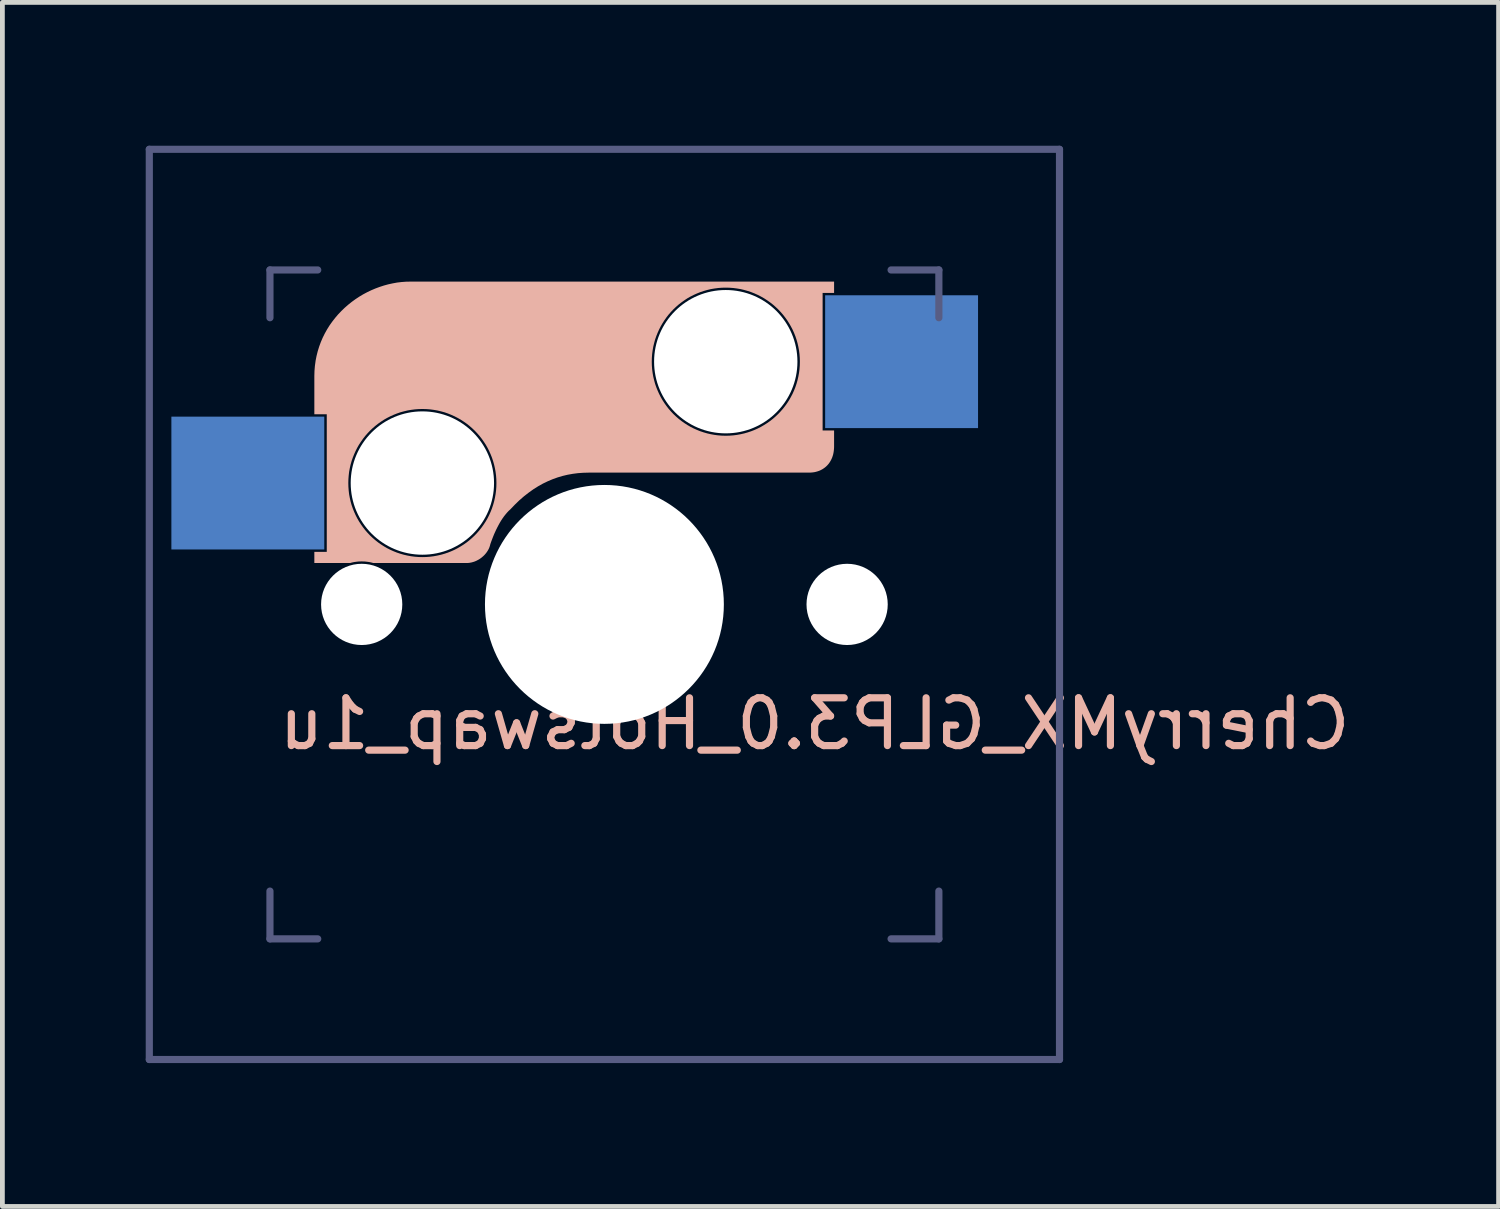
<source format=kicad_pcb>
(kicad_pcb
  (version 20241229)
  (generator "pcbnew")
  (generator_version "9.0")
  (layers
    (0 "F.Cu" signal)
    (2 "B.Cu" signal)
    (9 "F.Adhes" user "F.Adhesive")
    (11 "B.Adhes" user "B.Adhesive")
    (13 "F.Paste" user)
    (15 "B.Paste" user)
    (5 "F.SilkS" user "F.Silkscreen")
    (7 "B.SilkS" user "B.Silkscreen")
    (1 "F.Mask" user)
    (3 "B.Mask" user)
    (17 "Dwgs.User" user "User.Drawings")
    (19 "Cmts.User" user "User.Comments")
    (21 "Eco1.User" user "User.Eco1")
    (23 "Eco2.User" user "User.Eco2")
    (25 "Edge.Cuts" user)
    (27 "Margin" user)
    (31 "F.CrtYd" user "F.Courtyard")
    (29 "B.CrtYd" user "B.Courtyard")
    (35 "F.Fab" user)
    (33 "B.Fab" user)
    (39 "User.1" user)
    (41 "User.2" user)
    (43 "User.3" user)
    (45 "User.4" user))
  (footprint "CherryMX_GLP3.0_Hotswap_1u"
    (layer "F.Cu")
    (at 9.6 9.6)
    (property "Reference" "CherryMX_GLP3.0_Hotswap_1u" (at 4.4 2.5 0) (unlocked yes) (layer "B.SilkS") (effects (font (size 1 1) (thickness 0.15)) (justify mirror)))
    (attr through_hole)
    (fp_poly (pts (xy 4.807 -6.519) (xy 4.567 -6.519) (xy 4.567 -3.64) (xy 4.807 -3.64) (xy 4.807 -3.302) (xy 4.806 -3.272) (xy 4.804 -3.243) (xy 4.801 -3.215) (xy 4.797 -3.187) (xy 4.792 -3.16) (xy 4.786 -3.133) (xy 4.778 -3.107) (xy 4.77 -3.082) (xy 4.76 -3.058) (xy 4.749 -3.034) (xy 4.738 -3.012) (xy 4.725 -2.99) (xy 4.711 -2.968) (xy 4.697 -2.948) (xy 4.681 -2.929) (xy 4.664 -2.91) (xy 4.647 -2.893) (xy 4.628 -2.876) (xy 4.609 -2.861) (xy 4.588 -2.846) (xy 4.567 -2.832) (xy 4.545 -2.82) (xy 4.522 -2.808) (xy 4.499 -2.798) (xy 4.474 -2.789) (xy 4.449 -2.781) (xy 4.423 -2.774) (xy 4.396 -2.768) (xy 4.369 -2.764) (xy 4.341 -2.761) (xy 4.312 -2.759) (xy 4.282 -2.758) (xy -0.335 -2.758) (xy -0.445 -2.755) (xy -0.554 -2.747) (xy -0.662 -2.733) (xy -0.769 -2.714) (xy -0.874 -2.689) (xy -0.979 -2.658) (xy -1.082 -2.621) (xy -1.184 -2.578) (xy -1.286 -2.529) (xy -1.386 -2.473) (xy -1.486 -2.41) (xy -1.584 -2.34) (xy -1.682 -2.264) (xy -1.779 -2.18) (xy -1.874 -2.088) (xy -1.969 -1.989) (xy -2.004 -1.957) (xy -2.037 -1.922) (xy -2.069 -1.884) (xy -2.1 -1.845) (xy -2.13 -1.803) (xy -2.159 -1.759) (xy -2.187 -1.713) (xy -2.213 -1.666) (xy -2.239 -1.617) (xy -2.264 -1.567) (xy -2.287 -1.517) (xy -2.31 -1.466) (xy -2.331 -1.414) (xy -2.351 -1.362) (xy -2.371 -1.309) (xy -2.389 -1.257) (xy -2.393 -1.238) (xy -2.399 -1.219) (xy -2.405 -1.2) (xy -2.413 -1.181) (xy -2.421 -1.162) (xy -2.431 -1.144) (xy -2.441 -1.126) (xy -2.452 -1.109) (xy -2.464 -1.091) (xy -2.476 -1.075) (xy -2.49 -1.058) (xy -2.504 -1.042) (xy -2.518 -1.027) (xy -2.534 -1.012) (xy -2.55 -0.998) (xy -2.566 -0.984) (xy -2.583 -0.971) (xy -2.601 -0.958) (xy -2.619 -0.946) (xy -2.638 -0.935) (xy -2.657 -0.925) (xy -2.676 -0.915) (xy -2.696 -0.906) (xy -2.716 -0.898) (xy -2.736 -0.891) (xy -2.757 -0.885) (xy -2.778 -0.879) (xy -2.799 -0.875) (xy -2.82 -0.871) (xy -2.842 -0.868) (xy -2.863 -0.867) (xy -2.885 -0.866) (xy -4.836 -0.866) (xy -4.865 -0.874) (xy -4.894 -0.881) (xy -4.925 -0.887) (xy -4.955 -0.891) (xy -4.986 -0.895) (xy -5.017 -0.898) (xy -5.049 -0.899) (xy -5.081 -0.9) (xy -5.112 -0.899) (xy -5.143 -0.898) (xy -5.174 -0.895) (xy -5.204 -0.891) (xy -5.235 -0.887) (xy -5.265 -0.881) (xy -5.294 -0.874) (xy -5.323 -0.866) (xy -6.071 -0.866) (xy -6.071 -1.099) (xy -5.811 -1.099) (xy -5.811 -2.54) (xy -5.36 -2.54) (xy -5.358 -2.46) (xy -5.352 -2.381) (xy -5.343 -2.304) (xy -5.329 -2.228) (xy -5.312 -2.153) (xy -5.291 -2.079) (xy -5.266 -2.007) (xy -5.238 -1.937) (xy -5.207 -1.868) (xy -5.173 -1.801) (xy -5.136 -1.737) (xy -5.095 -1.674) (xy -5.052 -1.613) (xy -5.006 -1.554) (xy -4.957 -1.498) (xy -4.906 -1.444) (xy -4.852 -1.393) (xy -4.795 -1.344) (xy -4.737 -1.298) (xy -4.676 -1.255) (xy -4.613 -1.215) (xy -4.548 -1.177) (xy -4.481 -1.143) (xy -4.412 -1.112) (xy -4.342 -1.084) (xy -4.27 -1.06) (xy -4.196 -1.039) (xy -4.121 -1.022) (xy -4.045 -1.008) (xy -3.967 -0.998) (xy -3.889 -0.992) (xy -3.809 -0.99) (xy -3.729 -0.992) (xy -3.651 -0.998) (xy -3.573 -1.008) (xy -3.497 -1.022) (xy -3.422 -1.039) (xy -3.348 -1.06) (xy -3.276 -1.084) (xy -3.206 -1.112) (xy -3.137 -1.143) (xy -3.071 -1.177) (xy -3.006 -1.215) (xy -2.943 -1.255) (xy -2.882 -1.298) (xy -2.824 -1.344) (xy -2.768 -1.393) (xy -2.714 -1.444) (xy -2.663 -1.498) (xy -2.614 -1.554) (xy -2.568 -1.613) (xy -2.525 -1.674) (xy -2.484 -1.737) (xy -2.447 -1.801) (xy -2.413 -1.868) (xy -2.382 -1.937) (xy -2.354 -2.007) (xy -2.33 -2.079) (xy -2.309 -2.153) (xy -2.292 -2.228) (xy -2.278 -2.304) (xy -2.268 -2.381) (xy -2.262 -2.46) (xy -2.26 -2.54) (xy -2.262 -2.62) (xy -2.268 -2.698) (xy -2.278 -2.776) (xy -2.292 -2.852) (xy -2.309 -2.927) (xy -2.33 -3.001) (xy -2.354 -3.073) (xy -2.382 -3.143) (xy -2.413 -3.212) (xy -2.447 -3.279) (xy -2.484 -3.344) (xy -2.525 -3.406) (xy -2.568 -3.467) (xy -2.614 -3.526) (xy -2.663 -3.582) (xy -2.714 -3.636) (xy -2.768 -3.687) (xy -2.824 -3.736) (xy -2.882 -3.782) (xy -2.943 -3.825) (xy -3.006 -3.866) (xy -3.071 -3.903) (xy -3.137 -3.937) (xy -3.206 -3.968) (xy -3.276 -3.996) (xy -3.348 -4.021) (xy -3.422 -4.041) (xy -3.497 -4.059) (xy -3.573 -4.072) (xy -3.651 -4.082) (xy -3.729 -4.088) (xy -3.809 -4.09) (xy -3.889 -4.088) (xy -3.967 -4.082) (xy -4.045 -4.072) (xy -4.121 -4.059) (xy -4.196 -4.041) (xy -4.27 -4.021) (xy -4.342 -3.996) (xy -4.412 -3.968) (xy -4.481 -3.937) (xy -4.548 -3.903) (xy -4.613 -3.866) (xy -4.676 -3.825) (xy -4.737 -3.782) (xy -4.795 -3.736) (xy -4.852 -3.687) (xy -4.906 -3.636) (xy -4.957 -3.582) (xy -5.006 -3.526) (xy -5.052 -3.467) (xy -5.095 -3.406) (xy -5.136 -3.344) (xy -5.173 -3.279) (xy -5.207 -3.212) (xy -5.238 -3.143) (xy -5.266 -3.073) (xy -5.291 -3.001) (xy -5.312 -2.927) (xy -5.329 -2.852) (xy -5.343 -2.776) (xy -5.352 -2.698) (xy -5.358 -2.62) (xy -5.36 -2.54) (xy -5.811 -2.54) (xy -5.811 -3.98) (xy -6.071 -3.98) (xy -6.071 -4.778) (xy -6.068 -4.887) (xy -6.059 -4.994) (xy -6.047 -5.08) (xy 0.991 -5.08) (xy 0.993 -5) (xy 0.999 -4.921) (xy 1.009 -4.844) (xy 1.022 -4.768) (xy 1.04 -4.693) (xy 1.06 -4.619) (xy 1.085 -4.547) (xy 1.113 -4.477) (xy 1.144 -4.408) (xy 1.178 -4.341) (xy 1.215 -4.276) (xy 1.255 -4.214) (xy 1.298 -4.153) (xy 1.344 -4.094) (xy 1.393 -4.038) (xy 1.444 -3.984) (xy 1.498 -3.933) (xy 1.554 -3.884) (xy 1.613 -3.838) (xy 1.674 -3.795) (xy 1.736 -3.755) (xy 1.801 -3.717) (xy 1.868 -3.683) (xy 1.937 -3.652) (xy 2.007 -3.624) (xy 2.079 -3.6) (xy 2.152 -3.579) (xy 2.227 -3.562) (xy 2.304 -3.548) (xy 2.381 -3.538) (xy 2.46 -3.532) (xy 2.539 -3.53) (xy 2.619 -3.532) (xy 2.698 -3.538) (xy 2.775 -3.548) (xy 2.852 -3.562) (xy 2.927 -3.579) (xy 3 -3.6) (xy 3.072 -3.624) (xy 3.143 -3.652) (xy 3.212 -3.683) (xy 3.278 -3.717) (xy 3.343 -3.755) (xy 3.406 -3.795) (xy 3.467 -3.838) (xy 3.526 -3.884) (xy 3.582 -3.933) (xy 3.636 -3.984) (xy 3.687 -4.038) (xy 3.736 -4.094) (xy 3.782 -4.153) (xy 3.826 -4.214) (xy 3.866 -4.276) (xy 3.903 -4.341) (xy 3.938 -4.408) (xy 3.969 -4.477) (xy 3.997 -4.547) (xy 4.021 -4.619) (xy 4.042 -4.693) (xy 4.059 -4.768) (xy 4.073 -4.844) (xy 4.083 -4.921) (xy 4.089 -5) (xy 4.091 -5.08) (xy 4.089 -5.159) (xy 4.083 -5.238) (xy 4.073 -5.316) (xy 4.059 -5.392) (xy 4.042 -5.467) (xy 4.021 -5.541) (xy 3.997 -5.613) (xy 3.969 -5.683) (xy 3.938 -5.752) (xy 3.903 -5.819) (xy 3.866 -5.883) (xy 3.826 -5.946) (xy 3.782 -6.007) (xy 3.736 -6.066) (xy 3.687 -6.122) (xy 3.636 -6.176) (xy 3.582 -6.227) (xy 3.526 -6.276) (xy 3.467 -6.322) (xy 3.406 -6.365) (xy 3.343 -6.406) (xy 3.278 -6.443) (xy 3.212 -6.477) (xy 3.143 -6.508) (xy 3.072 -6.536) (xy 3 -6.56) (xy 2.927 -6.581) (xy 2.852 -6.599) (xy 2.775 -6.612) (xy 2.698 -6.622) (xy 2.619 -6.628) (xy 2.539 -6.63) (xy 2.46 -6.628) (xy 2.381 -6.622) (xy 2.304 -6.612) (xy 2.227 -6.599) (xy 2.152 -6.581) (xy 2.079 -6.56) (xy 2.007 -6.536) (xy 1.937 -6.508) (xy 1.868 -6.477) (xy 1.801 -6.443) (xy 1.736 -6.406) (xy 1.674 -6.365) (xy 1.613 -6.322) (xy 1.554 -6.276) (xy 1.498 -6.227) (xy 1.444 -6.176) (xy 1.393 -6.122) (xy 1.344 -6.066) (xy 1.298 -6.007) (xy 1.255 -5.946) (xy 1.215 -5.883) (xy 1.178 -5.819) (xy 1.144 -5.752) (xy 1.113 -5.683) (xy 1.085 -5.613) (xy 1.06 -5.541) (xy 1.04 -5.467) (xy 1.022 -5.392) (xy 1.009 -5.316) (xy 0.999 -5.238) (xy 0.993 -5.159) (xy 0.991 -5.08) (xy -6.047 -5.08) (xy -6.045 -5.098) (xy -6.025 -5.2) (xy -6 -5.299) (xy -5.97 -5.396) (xy -5.935 -5.491) (xy -5.896 -5.582) (xy -5.852 -5.671) (xy -5.804 -5.757) (xy -5.752 -5.84) (xy -5.695 -5.92) (xy -5.636 -5.996) (xy -5.573 -6.07) (xy -5.506 -6.14) (xy -5.437 -6.207) (xy -5.364 -6.271) (xy -5.289 -6.331) (xy -5.212 -6.387) (xy -5.132 -6.44) (xy -5.05 -6.489) (xy -4.966 -6.534) (xy -4.88 -6.575) (xy -4.793 -6.612) (xy -4.704 -6.645) (xy -4.615 -6.674) (xy -4.524 -6.699) (xy -4.432 -6.719) (xy -4.34 -6.736) (xy -4.248 -6.747) (xy -4.155 -6.754) (xy -4.063 -6.756) (xy 4.807 -6.756)) (stroke (width -0.000001) (type solid)) (fill yes) (layer "B.SilkS"))
    (fp_line (start -9.525 -9.525) (end 9.525 -9.525) (stroke (width 0.15) (type solid)) (layer "B.Fab"))
    (fp_line (start -9.525 9.525) (end -9.525 -9.525) (stroke (width 0.15) (type solid)) (layer "B.Fab"))
    (fp_line (start -7 -7) (end -6 -7) (stroke (width 0.15) (type solid)) (layer "B.Fab"))
    (fp_line (start -7 -6) (end -7 -7) (stroke (width 0.15) (type solid)) (layer "B.Fab"))
    (fp_line (start -7 6) (end -7 7) (stroke (width 0.15) (type solid)) (layer "B.Fab"))
    (fp_line (start -7 7) (end -6 7) (stroke (width 0.15) (type solid)) (layer "B.Fab"))
    (fp_line (start 6 7) (end 7 7) (stroke (width 0.15) (type solid)) (layer "B.Fab"))
    (fp_line (start 7 -7) (end 6 -7) (stroke (width 0.15) (type solid)) (layer "B.Fab"))
    (fp_line (start 7 -7) (end 7 -6) (stroke (width 0.15) (type solid)) (layer "B.Fab"))
    (fp_line (start 7 7) (end 7 6) (stroke (width 0.15) (type solid)) (layer "B.Fab"))
    (fp_line (start 9.525 -9.525) (end 9.525 9.525) (stroke (width 0.15) (type solid)) (layer "B.Fab"))
    (fp_line (start 9.525 9.525) (end -9.525 9.525) (stroke (width 0.15) (type solid)) (layer "B.Fab"))
    (pad "" np_thru_hole circle (at -5.08 0 90) (size 1.7 1.7) (drill 1.7) (layers "*.Cu" "*.Mask"))
    (pad "" np_thru_hole circle (at -3.81 -2.54) (size 3 3) (drill 3) (layers "*.Cu" "*.Mask"))
    (pad "" np_thru_hole circle (at 0 0 90) (size 5 5) (drill 5) (layers "*.Cu"))
    (pad "" np_thru_hole circle (at 2.54 -5.08) (size 3 3) (drill 3) (layers "*.Cu" "*.Mask"))
    (pad "" np_thru_hole circle (at 5.08 0 90) (size 1.7 1.7) (drill 1.7) (layers "*.Cu" "*.Mask"))
    (pad "1" smd rect (at -7.085 -2.54 180) (size 3.2 2.78) (drill (offset 0.378 0)) (layers "B.Cu" "B.Mask" "B.Paste"))
    (pad "2" smd rect (at 5.842 -5.08 180) (size 3.2 2.78) (drill (offset -0.378 0)) (layers "B.Cu" "B.Mask" "B.Paste")))
  (gr_rect
    (start -3 -3)
    (end 28.315 22.2)
    (stroke (width 0.1) (type default))
    (fill no)
    (layer "Edge.Cuts")))
</source>
